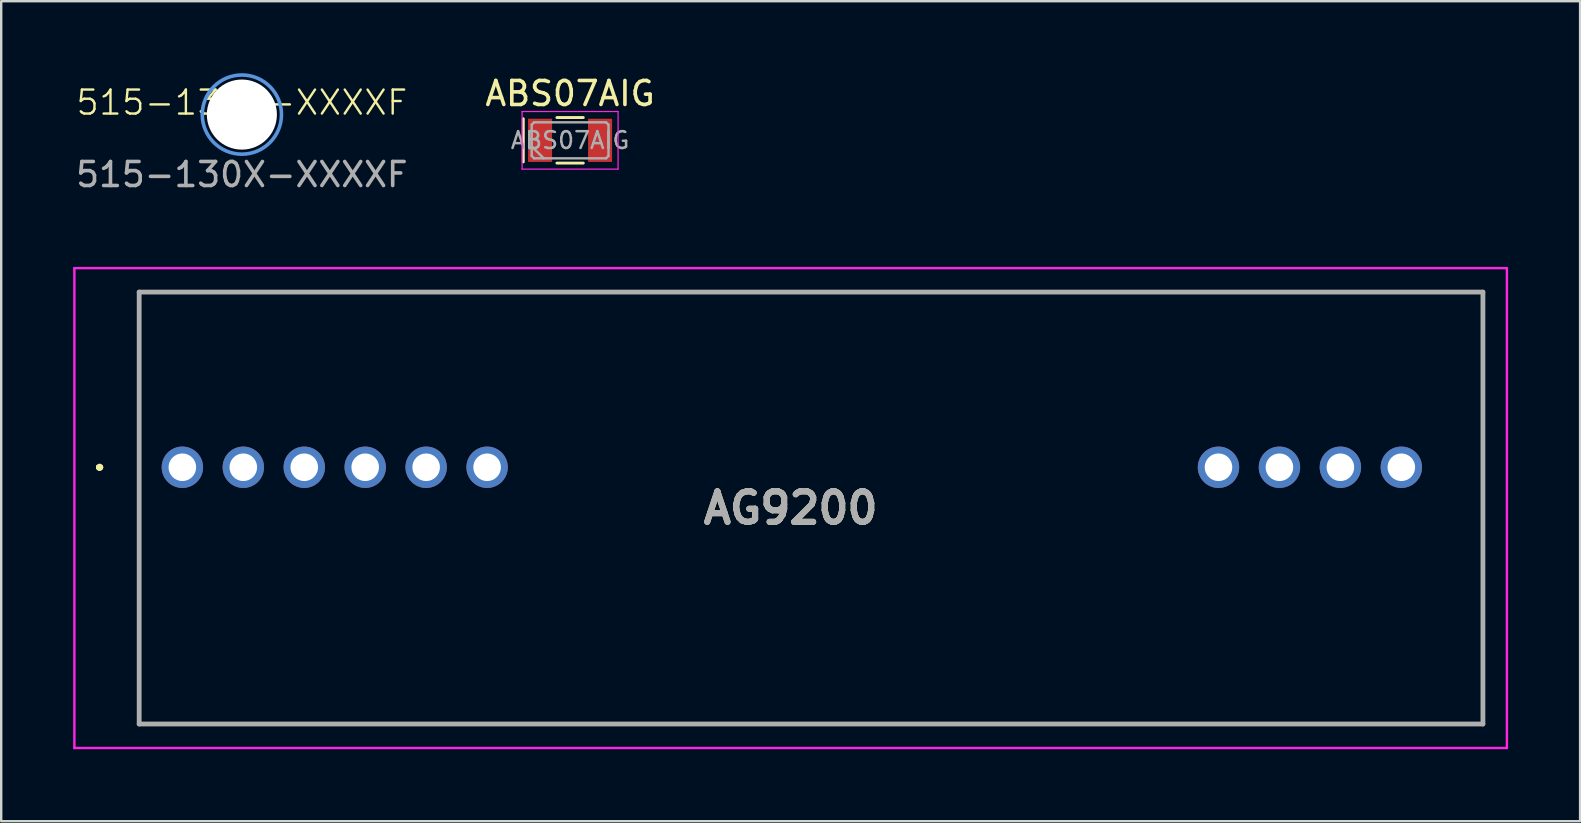
<source format=kicad_pcb>
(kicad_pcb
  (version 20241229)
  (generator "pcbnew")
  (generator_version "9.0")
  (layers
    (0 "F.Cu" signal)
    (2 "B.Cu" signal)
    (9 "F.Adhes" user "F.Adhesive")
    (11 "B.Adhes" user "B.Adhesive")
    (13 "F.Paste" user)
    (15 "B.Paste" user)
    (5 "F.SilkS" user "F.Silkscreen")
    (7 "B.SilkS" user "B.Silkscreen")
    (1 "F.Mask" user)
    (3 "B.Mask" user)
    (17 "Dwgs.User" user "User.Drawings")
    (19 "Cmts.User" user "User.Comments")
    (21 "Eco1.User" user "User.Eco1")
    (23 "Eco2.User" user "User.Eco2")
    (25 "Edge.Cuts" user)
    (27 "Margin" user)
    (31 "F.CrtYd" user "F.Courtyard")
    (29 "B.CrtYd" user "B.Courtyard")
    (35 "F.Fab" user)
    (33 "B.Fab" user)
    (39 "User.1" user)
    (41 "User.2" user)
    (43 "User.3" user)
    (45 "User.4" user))
  (footprint "ABS07AIG"
    (layer "F.Cu")
    (at 20.708 2.798)
    (property "Reference" "ABS07AIG" (at 0 -1.95 0) (layer "F.SilkS") (effects (font (size 1 1) (thickness 0.15))))
    (attr smd)
    (fp_line (start -1.95 -0.9) (end -1.95 0.9) (stroke (width 0.12) (type solid)) (layer "F.SilkS"))
    (fp_line (start -0.55 -0.95) (end 0.55 -0.95) (stroke (width 0.12) (type solid)) (layer "F.SilkS"))
    (fp_line (start -0.55 0.95) (end 0.55 0.95) (stroke (width 0.12) (type solid)) (layer "F.SilkS"))
    (fp_line (start -2 -1.2) (end -2 1.2) (stroke (width 0.05) (type solid)) (layer "F.CrtYd"))
    (fp_line (start -2 1.2) (end 2 1.2) (stroke (width 0.05) (type solid)) (layer "F.CrtYd"))
    (fp_line (start 2 -1.2) (end -2 -1.2) (stroke (width 0.05) (type solid)) (layer "F.CrtYd"))
    (fp_line (start 2 1.2) (end 2 -1.2) (stroke (width 0.05) (type solid)) (layer "F.CrtYd"))
    (fp_line (start -1.6 -0.65) (end -1.5 -0.75) (stroke (width 0.1) (type solid)) (layer "F.Fab"))
    (fp_line (start -1.6 0.25) (end -1.1 0.75) (stroke (width 0.1) (type solid)) (layer "F.Fab"))
    (fp_line (start -1.6 0.65) (end -1.6 -0.65) (stroke (width 0.1) (type solid)) (layer "F.Fab"))
    (fp_line (start -1.5 -0.75) (end 1.5 -0.75) (stroke (width 0.1) (type solid)) (layer "F.Fab"))
    (fp_line (start -1.5 0.75) (end -1.6 0.65) (stroke (width 0.1) (type solid)) (layer "F.Fab"))
    (fp_line (start 1.5 -0.75) (end 1.6 -0.65) (stroke (width 0.1) (type solid)) (layer "F.Fab"))
    (fp_line (start 1.5 0.75) (end -1.5 0.75) (stroke (width 0.1) (type solid)) (layer "F.Fab"))
    (fp_line (start 1.6 -0.65) (end 1.6 0.65) (stroke (width 0.1) (type solid)) (layer "F.Fab"))
    (fp_line (start 1.6 0.65) (end 1.5 0.75) (stroke (width 0.1) (type solid)) (layer "F.Fab"))
    (fp_text user "${REFERENCE}" (at 0 0 0) (layer "F.Fab") (effects (font (size 0.7 0.7) (thickness 0.105))))
    (pad "1" smd rect (at -1.25 0) (size 1 1.8) (layers "F.Cu" "F.Mask" "F.Paste"))
    (pad "2" smd rect (at 1.25 0) (size 1 1.8) (layers "F.Cu" "F.Mask" "F.Paste")))
  (footprint "AG9200"
    (layer "F.Cu")
    (at 4.55 16.423)
    (property "Reference" "AG9200" (at 25.35 1.7 0) (layer "F.SilkS") (effects (font (size 1.27 1.27) (thickness 0.254))))
    (attr through_hole)
    (fp_line (start -3.5 0) (end -3.5 0) (stroke (width 0.2) (type solid)) (layer "F.SilkS"))
    (fp_line (start -3.5 0) (end -3.5 0) (stroke (width 0.2) (type solid)) (layer "F.SilkS"))
    (fp_line (start -3.4 0) (end -3.4 0) (stroke (width 0.2) (type solid)) (layer "F.SilkS"))
    (fp_line (start -1.8 -7.3) (end -1.8 10.7) (stroke (width 0.1) (type solid)) (layer "F.SilkS"))
    (fp_line (start -1.8 10.7) (end 54.2 10.7) (stroke (width 0.1) (type solid)) (layer "F.SilkS"))
    (fp_line (start 54.2 -7.3) (end -1.8 -7.3) (stroke (width 0.1) (type solid)) (layer "F.SilkS"))
    (fp_line (start 54.2 10.7) (end 54.2 -7.3) (stroke (width 0.1) (type solid)) (layer "F.SilkS"))
    (fp_arc (start -3.5 0) (mid -3.45 -0.05) (end -3.4 0) (stroke (width 0.2) (type solid)) (layer "F.SilkS"))
    (fp_arc (start -3.4 0) (mid -3.45 0.05) (end -3.5 0) (stroke (width 0.2) (type solid)) (layer "F.SilkS"))
    (fp_arc (start -3.4 0) (mid -3.45 0.05) (end -3.5 0) (stroke (width 0.2) (type solid)) (layer "F.SilkS"))
    (fp_line (start -4.5 -8.3) (end 55.2 -8.3) (stroke (width 0.1) (type solid)) (layer "F.CrtYd"))
    (fp_line (start -4.5 11.7) (end -4.5 -8.3) (stroke (width 0.1) (type solid)) (layer "F.CrtYd"))
    (fp_line (start 55.2 -8.3) (end 55.2 11.7) (stroke (width 0.1) (type solid)) (layer "F.CrtYd"))
    (fp_line (start 55.2 11.7) (end -4.5 11.7) (stroke (width 0.1) (type solid)) (layer "F.CrtYd"))
    (fp_line (start -1.8 -7.3) (end -1.8 10.7) (stroke (width 0.2) (type solid)) (layer "F.Fab"))
    (fp_line (start -1.8 10.7) (end 54.2 10.7) (stroke (width 0.2) (type solid)) (layer "F.Fab"))
    (fp_line (start 54.2 -7.3) (end -1.8 -7.3) (stroke (width 0.2) (type solid)) (layer "F.Fab"))
    (fp_line (start 54.2 10.7) (end 54.2 -7.3) (stroke (width 0.2) (type solid)) (layer "F.Fab"))
    (fp_text user "${REFERENCE}" (at 25.35 1.7 0) (layer "F.Fab") (effects (font (size 1.27 1.27) (thickness 0.254))))
    (pad "1" thru_hole circle (at 0 0) (size 1.725 1.725) (drill 1.15) (layers "*.Cu" "*.Mask"))
    (pad "2" thru_hole circle (at 2.54 0) (size 1.725 1.725) (drill 1.15) (layers "*.Cu" "*.Mask"))
    (pad "3" thru_hole circle (at 5.08 0) (size 1.725 1.725) (drill 1.15) (layers "*.Cu" "*.Mask"))
    (pad "4" thru_hole circle (at 7.62 0) (size 1.725 1.725) (drill 1.15) (layers "*.Cu" "*.Mask"))
    (pad "5" thru_hole circle (at 10.16 0) (size 1.725 1.725) (drill 1.15) (layers "*.Cu" "*.Mask"))
    (pad "6" thru_hole circle (at 12.7 0) (size 1.725 1.725) (drill 1.15) (layers "*.Cu" "*.Mask"))
    (pad "7" thru_hole circle (at 43.18 0) (size 1.725 1.725) (drill 1.15) (layers "*.Cu" "*.Mask"))
    (pad "8" thru_hole circle (at 45.72 0) (size 1.725 1.725) (drill 1.15) (layers "*.Cu" "*.Mask"))
    (pad "9" thru_hole circle (at 48.26 0) (size 1.725 1.725) (drill 1.15) (layers "*.Cu" "*.Mask"))
    (pad "10" thru_hole circle (at 50.8 0) (size 1.725 1.725) (drill 1.15) (layers "*.Cu" "*.Mask")))
  (footprint "515-130X-XXXXF"
    (layer "F.Cu")
    (at 7.03 1.725)
    (property "Reference" "515-130X-XXXXF" (at 0 -0.5 0) (unlocked yes) (layer "F.SilkS") (effects (font (size 1 1) (thickness 0.1))))
    (fp_circle (center 0 0) (end 1.65 0) (stroke (width 0.15) (type solid)) (fill no) (layer "Cmts.User"))
    (fp_circle (center 0 0) (end 1.65 0) (stroke (width 0.05) (type solid)) (fill no) (layer "F.CrtYd"))
    (fp_text user "${REFERENCE}" (at 0 2.5 0) (unlocked yes) (layer "F.Fab") (effects (font (size 1 1) (thickness 0.15))))
    (pad "" np_thru_hole circle (at 0 0) (size 2.92 2.92) (drill 2.92) (layers "*.Cu" "*.Mask")))
  (gr_rect
    (start -3 -3)
    (end 62.8 31.173)
    (stroke (width 0.1) (type default))
    (fill no)
    (layer "Edge.Cuts")))
</source>
